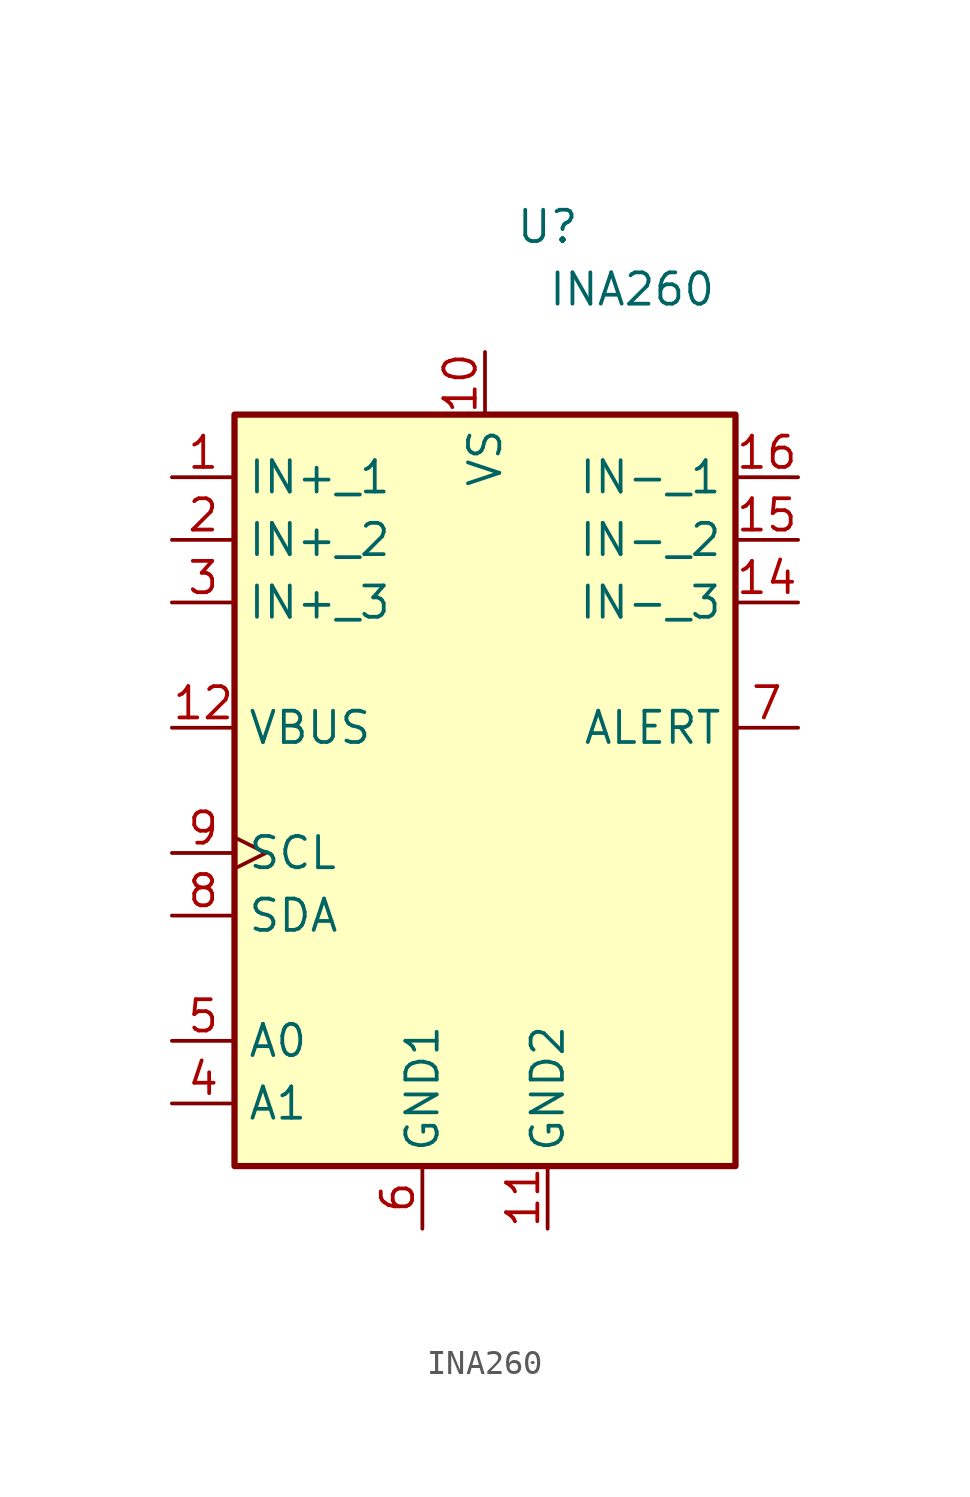
<source format=kicad_sym>
(kicad_symbol_lib
  (version 20231120)
  (generator "kicad_symbol_editor")
  (generator_version "8.0")
  (symbol "INA260"
    (property "Reference" "U"
      (at 2.54 22.86 0)
      (effects (font (size 1.27 1.27))))
    (property "Value" "INA260"
      (at 2.54 20.32 0)
      (effects (font (size 1.27 1.27)) (justify left)))
    (symbol "INA260_0_1"
      (rectangle (start -10.16 15.24) (end 10.16 -15.24) (stroke (width 0.254) (type default)) (fill (type background))))
    (symbol "INA260_1_1"
      (pin passive line (at -12.7 12.7 0) (length 2.54) (name "IN+_1" (effects (font (size 1.27 1.27)))) (number "1" (effects (font (size 1.27 1.27)))))
      (pin power_in line (at 0 17.78 270) (length 2.54) (name "VS" (effects (font (size 1.27 1.27)))) (number "10" (effects (font (size 1.27 1.27)))))
      (pin power_in line (at 2.54 -17.78 90) (length 2.54) (name "GND2" (effects (font (size 1.27 1.27)))) (number "11" (effects (font (size 1.27 1.27)))))
      (pin passive line (at -12.7 2.54 0) (length 2.54) (name "VBUS" (effects (font (size 1.27 1.27)))) (number "12" (effects (font (size 1.27 1.27)))))
      (pin no_connect line (at 10.16 -10.16 180) (length 2.54) hide (name "NC" (effects (font (size 1.27 1.27)))) (number "13" (effects (font (size 1.27 1.27)))))
      (pin passive line (at 12.7 7.62 180) (length 2.54) (name "IN-_3" (effects (font (size 1.27 1.27)))) (number "14" (effects (font (size 1.27 1.27)))))
      (pin passive line (at 12.7 10.16 180) (length 2.54) (name "IN-_2" (effects (font (size 1.27 1.27)))) (number "15" (effects (font (size 1.27 1.27)))))
      (pin passive line (at 12.7 12.7 180) (length 2.54) (name "IN-_1" (effects (font (size 1.27 1.27)))) (number "16" (effects (font (size 1.27 1.27)))))
      (pin passive line (at -12.7 10.16 0) (length 2.54) (name "IN+_2" (effects (font (size 1.27 1.27)))) (number "2" (effects (font (size 1.27 1.27)))))
      (pin passive line (at -12.7 7.62 0) (length 2.54) (name "IN+_3" (effects (font (size 1.27 1.27)))) (number "3" (effects (font (size 1.27 1.27)))))
      (pin input line (at -12.7 -12.7 0) (length 2.54) (name "A1" (effects (font (size 1.27 1.27)))) (number "4" (effects (font (size 1.27 1.27)))))
      (pin input line (at -12.7 -10.16 0) (length 2.54) (name "A0" (effects (font (size 1.27 1.27)))) (number "5" (effects (font (size 1.27 1.27)))))
      (pin power_in line (at -2.54 -17.78 90) (length 2.54) (name "GND1" (effects (font (size 1.27 1.27)))) (number "6" (effects (font (size 1.27 1.27)))))
      (pin open_collector line (at 12.7 2.54 180) (length 2.54) (name "ALERT" (effects (font (size 1.27 1.27)))) (number "7" (effects (font (size 1.27 1.27)))))
      (pin bidirectional line (at -12.7 -5.08 0) (length 2.54) (name "SDA" (effects (font (size 1.27 1.27)))) (number "8" (effects (font (size 1.27 1.27)))))
      (pin input clock (at -12.7 -2.54 0) (length 2.54) (name "SCL" (effects (font (size 1.27 1.27)))) (number "9" (effects (font (size 1.27 1.27))))))))
</source>
